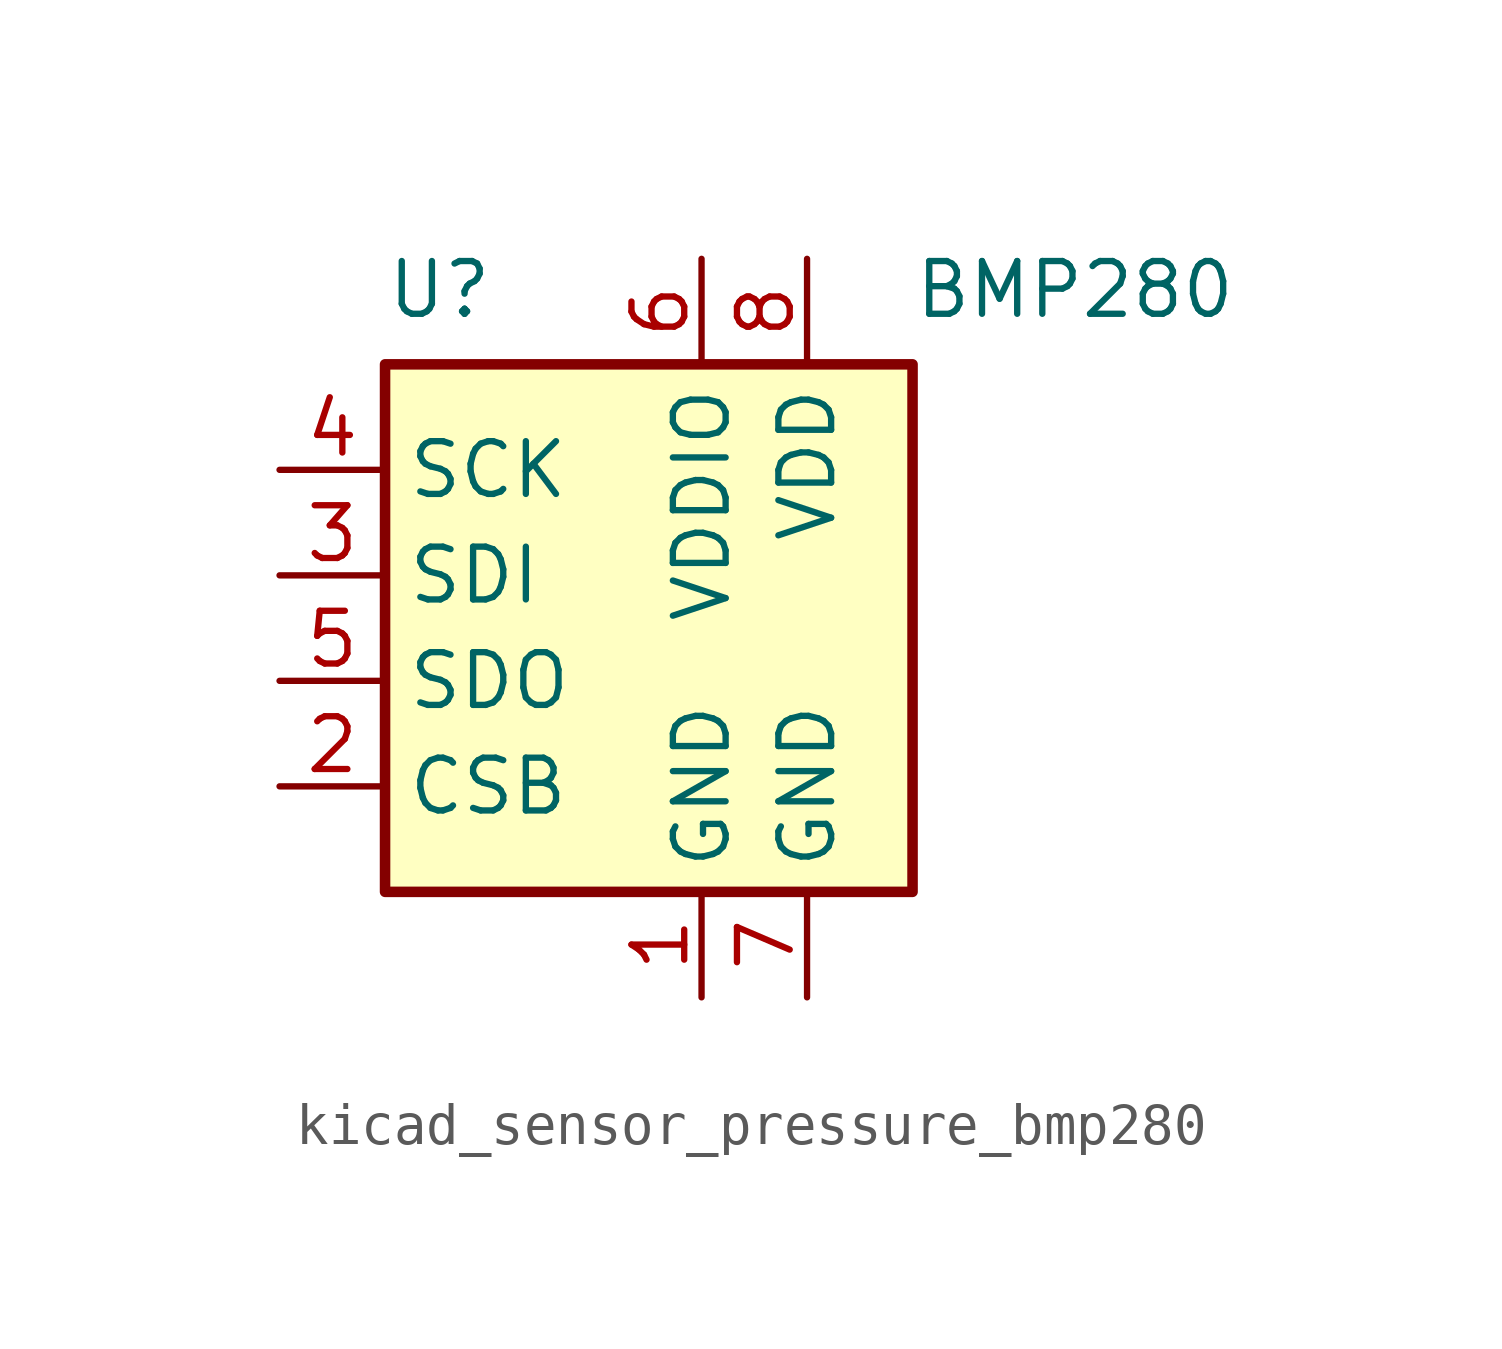
<source format=kicad_sym>
(kicad_symbol_lib
  (version 20220914)
  (generator kicad_symbol_editor)
  (symbol "kicad_sensor_pressure_bmp280"
    (property "Reference" "U"
      (at -7.62 10.16 0)
      (effects (font (size 1.27 1.27)) (justify left top)))
    (property "Value" "BMP280"
      (at 5.08 10.16 0)
      (effects (font (size 1.27 1.27)) (justify left top)))
    (symbol "kicad_sensor_pressure_bmp280_0_1"
      (rectangle (start -7.62 -5.08) (end 5.08 7.62) (stroke (width 0.254) (type default)) (fill (type background))))
    (symbol "kicad_sensor_pressure_bmp280_1_1"
      (pin power_in line (at 0 -7.62 90) (length 2.54) (name "GND" (effects (font (size 1.27 1.27)))) (number "1" (effects (font (size 1.27 1.27)))))
      (pin input line (at -10.16 -2.54 0) (length 2.54) (name "CSB" (effects (font (size 1.27 1.27)))) (number "2" (effects (font (size 1.27 1.27)))))
      (pin bidirectional line (at -10.16 2.54 0) (length 2.54) (name "SDI" (effects (font (size 1.27 1.27)))) (number "3" (effects (font (size 1.27 1.27)))))
      (pin input line (at -10.16 5.08 0) (length 2.54) (name "SCK" (effects (font (size 1.27 1.27)))) (number "4" (effects (font (size 1.27 1.27)))))
      (pin bidirectional line (at -10.16 0 0) (length 2.54) (name "SDO" (effects (font (size 1.27 1.27)))) (number "5" (effects (font (size 1.27 1.27)))))
      (pin power_in line (at 0 10.16 270) (length 2.54) (name "VDDIO" (effects (font (size 1.27 1.27)))) (number "6" (effects (font (size 1.27 1.27)))))
      (pin power_in line (at 2.54 -7.62 90) (length 2.54) (name "GND" (effects (font (size 1.27 1.27)))) (number "7" (effects (font (size 1.27 1.27)))))
      (pin power_in line (at 2.54 10.16 270) (length 2.54) (name "VDD" (effects (font (size 1.27 1.27)))) (number "8" (effects (font (size 1.27 1.27))))))))
</source>
